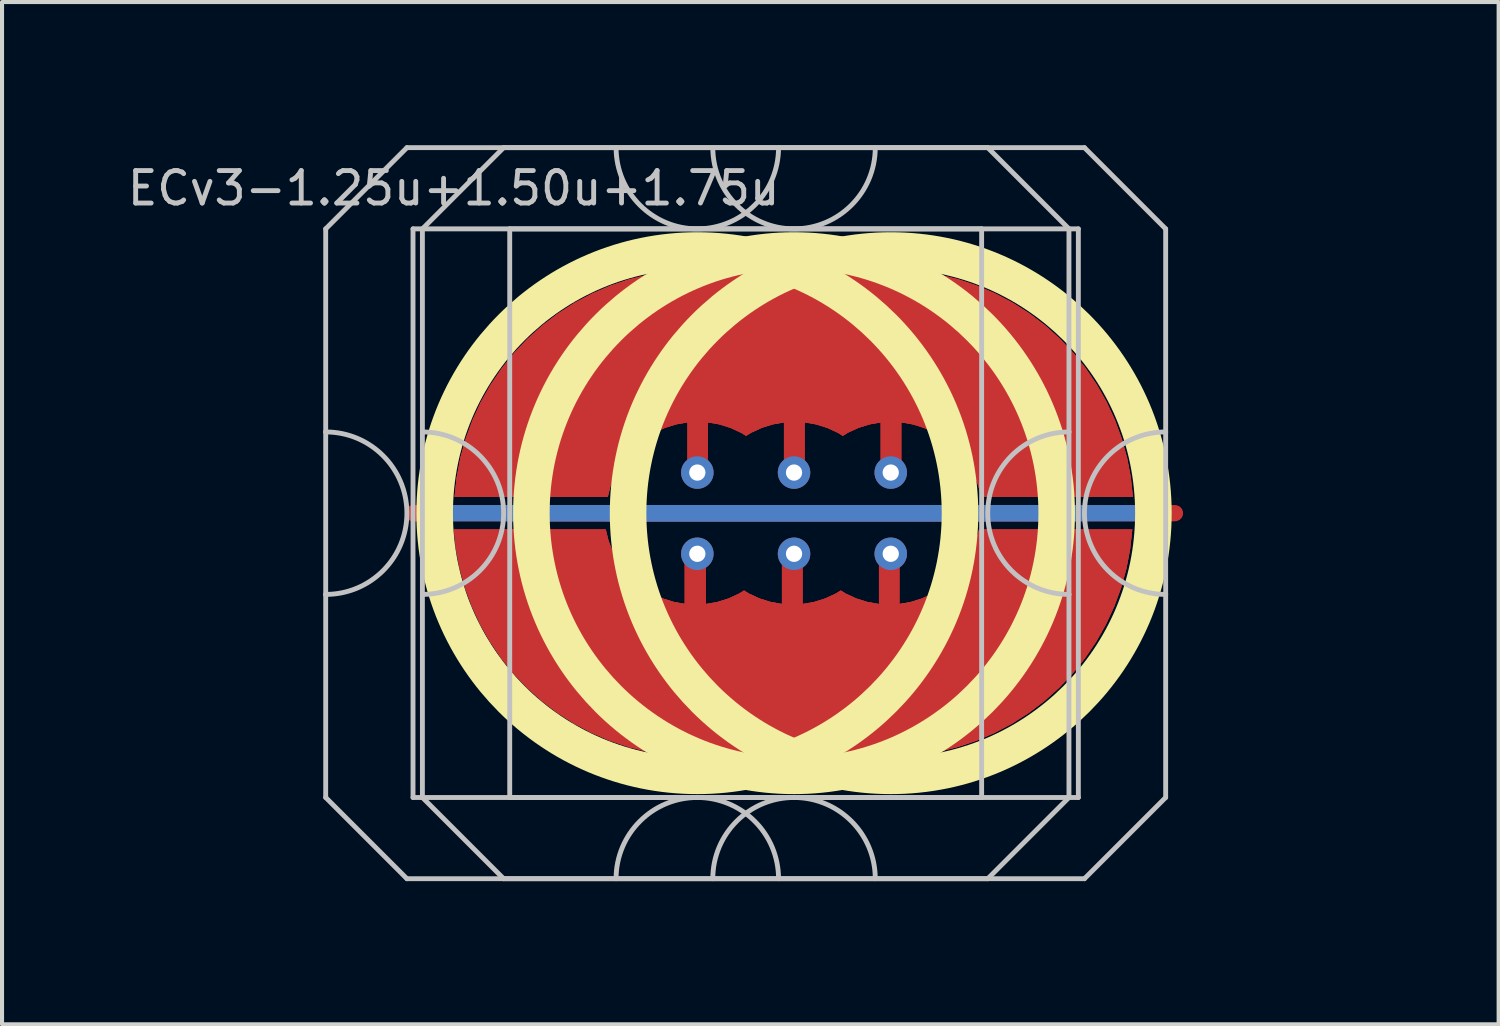
<source format=kicad_pcb>
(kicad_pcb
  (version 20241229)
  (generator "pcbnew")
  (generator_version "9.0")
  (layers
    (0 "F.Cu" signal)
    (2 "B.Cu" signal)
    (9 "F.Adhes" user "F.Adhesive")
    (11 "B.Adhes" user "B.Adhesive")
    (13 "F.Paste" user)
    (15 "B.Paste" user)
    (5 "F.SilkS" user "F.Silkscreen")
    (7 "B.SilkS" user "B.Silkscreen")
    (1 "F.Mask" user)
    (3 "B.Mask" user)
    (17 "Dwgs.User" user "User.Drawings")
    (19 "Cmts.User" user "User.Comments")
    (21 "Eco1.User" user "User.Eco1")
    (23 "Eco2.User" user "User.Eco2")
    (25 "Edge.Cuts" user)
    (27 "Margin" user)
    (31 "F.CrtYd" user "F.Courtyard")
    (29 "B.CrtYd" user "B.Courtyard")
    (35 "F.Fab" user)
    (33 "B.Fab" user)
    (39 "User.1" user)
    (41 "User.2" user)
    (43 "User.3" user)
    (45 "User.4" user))
  (footprint "ECv3-1.25u+1.50u+1.75u"
    (layer "F.Cu")
    (at 16.5 9.585)
    (property "Reference" "ECv3-1.25u+1.50u+1.75u" (at -8.381 -8 180) (layer "Dwgs.User") (effects (font (size 0.8 0.8) (thickness 0.12))))
    (attr through_hole exclude_from_pos_files)
    (fp_circle (center -2.381 0) (end 4.086 0) (stroke (width 0.9) (type solid)) (fill no) (layer "F.SilkS"))
    (fp_circle (center 0 0) (end 6.467 0) (stroke (width 0.9) (type solid)) (fill no) (layer "F.SilkS"))
    (fp_circle (center 2.381 0) (end 8.848 0) (stroke (width 0.9) (type solid)) (fill no) (layer "F.SilkS"))
    (fp_line (start -11.531 -7) (end -11.531 -2) (stroke (width 0.12) (type solid)) (layer "Dwgs.User"))
    (fp_line (start -11.531 -2) (end -11.531 2) (stroke (width 0.12) (type solid)) (layer "Dwgs.User"))
    (fp_line (start -11.531 2) (end -11.531 7) (stroke (width 0.12) (type solid)) (layer "Dwgs.User"))
    (fp_line (start -11.531 7) (end -9.531 9) (stroke (width 0.12) (type solid)) (layer "Dwgs.User"))
    (fp_line (start -9.531 -9) (end -11.531 -7) (stroke (width 0.12) (type solid)) (layer "Dwgs.User"))
    (fp_line (start -9.531 9) (end 4.769 9) (stroke (width 0.12) (type solid)) (layer "Dwgs.User"))
    (fp_line (start -9.381 -7) (end -9.381 7) (stroke (width 0.12) (type solid)) (layer "Dwgs.User"))
    (fp_line (start -9.381 7) (end 4.619 7) (stroke (width 0.12) (type solid)) (layer "Dwgs.User"))
    (fp_line (start -9.15 -7) (end -9.15 -2) (stroke (width 0.12) (type solid)) (layer "Dwgs.User"))
    (fp_line (start -9.15 -2) (end -9.15 2) (stroke (width 0.12) (type solid)) (layer "Dwgs.User"))
    (fp_line (start -9.15 2) (end -9.15 7) (stroke (width 0.12) (type solid)) (layer "Dwgs.User"))
    (fp_line (start -9.15 7) (end -7.15 9) (stroke (width 0.12) (type solid)) (layer "Dwgs.User"))
    (fp_line (start -7.15 -9) (end -9.15 -7) (stroke (width 0.12) (type solid)) (layer "Dwgs.User"))
    (fp_line (start -7.15 9) (end 7.15 9) (stroke (width 0.12) (type solid)) (layer "Dwgs.User"))
    (fp_line (start -7 -7) (end -7 7) (stroke (width 0.12) (type solid)) (layer "Dwgs.User"))
    (fp_line (start -7 7) (end 7 7) (stroke (width 0.12) (type solid)) (layer "Dwgs.User"))
    (fp_line (start 4.619 -7) (end -9.381 -7) (stroke (width 0.12) (type solid)) (layer "Dwgs.User"))
    (fp_line (start 4.619 7) (end 4.619 -7) (stroke (width 0.12) (type solid)) (layer "Dwgs.User"))
    (fp_line (start 4.769 -9) (end -9.531 -9) (stroke (width 0.12) (type solid)) (layer "Dwgs.User"))
    (fp_line (start 4.769 -9) (end 6.769 -7) (stroke (width 0.12) (type solid)) (layer "Dwgs.User"))
    (fp_line (start 4.769 9) (end 6.769 7) (stroke (width 0.12) (type solid)) (layer "Dwgs.User"))
    (fp_line (start 6.769 -2) (end 6.769 -7) (stroke (width 0.12) (type solid)) (layer "Dwgs.User"))
    (fp_line (start 6.769 -2) (end 6.769 2) (stroke (width 0.12) (type solid)) (layer "Dwgs.User"))
    (fp_line (start 6.769 7) (end 6.769 2) (stroke (width 0.12) (type solid)) (layer "Dwgs.User"))
    (fp_line (start 7 -7) (end -7 -7) (stroke (width 0.12) (type solid)) (layer "Dwgs.User"))
    (fp_line (start 7 7) (end 7 -7) (stroke (width 0.12) (type solid)) (layer "Dwgs.User"))
    (fp_line (start 7.15 -9) (end -7.15 -9) (stroke (width 0.12) (type solid)) (layer "Dwgs.User"))
    (fp_line (start 7.15 -9) (end 9.15 -7) (stroke (width 0.12) (type solid)) (layer "Dwgs.User"))
    (fp_line (start 7.15 9) (end 9.15 7) (stroke (width 0.12) (type solid)) (layer "Dwgs.User"))
    (fp_line (start 9.15 -2) (end 9.15 -7) (stroke (width 0.12) (type solid)) (layer "Dwgs.User"))
    (fp_line (start 9.15 -2) (end 9.15 2) (stroke (width 0.12) (type solid)) (layer "Dwgs.User"))
    (fp_line (start 9.15 7) (end 9.15 2) (stroke (width 0.12) (type solid)) (layer "Dwgs.User"))
    (fp_arc (start -11.53125 -2) (mid -9.53125 0) (end -11.53125 2) (stroke (width 0.12) (type solid)) (layer "Dwgs.User"))
    (fp_arc (start -9.15 -2) (mid -7.15 0) (end -9.15 2) (stroke (width 0.12) (type solid)) (layer "Dwgs.User"))
    (fp_arc (start -4.38125 9) (mid -2.38125 7) (end -0.38125 9) (stroke (width 0.12) (type solid)) (layer "Dwgs.User"))
    (fp_arc (start -2 9) (mid 0 7) (end 2 9) (stroke (width 0.12) (type solid)) (layer "Dwgs.User"))
    (fp_arc (start -0.38125 -9) (mid -2.38125 -7) (end -4.38125 -9) (stroke (width 0.12) (type solid)) (layer "Dwgs.User"))
    (fp_arc (start 2 -9) (mid 0 -7) (end -2 -9) (stroke (width 0.12) (type solid)) (layer "Dwgs.User"))
    (fp_arc (start 6.76875 2) (mid 4.76875 0) (end 6.76875 -2) (stroke (width 0.12) (type solid)) (layer "Dwgs.User"))
    (fp_arc (start 9.15 2) (mid 7.15 0) (end 9.15 -2) (stroke (width 0.12) (type solid)) (layer "Dwgs.User"))
    (fp_line (start -14.287 -9.525) (end -14.287 9.525) (stroke (width 0.12) (type solid)) (layer "User.2"))
    (fp_line (start -14.287 -9.525) (end -14.287 9.525) (stroke (width 0.12) (type solid)) (layer "User.2"))
    (fp_line (start -14.287 -9.525) (end 9.525 -9.525) (stroke (width 0.12) (type solid)) (layer "User.2"))
    (fp_line (start -14.287 -9.525) (end 14.287 -9.525) (stroke (width 0.12) (type solid)) (layer "User.2"))
    (fp_line (start -14.287 9.525) (end 9.525 9.525) (stroke (width 0.12) (type solid)) (layer "User.2"))
    (fp_line (start -14.287 9.525) (end 14.287 9.525) (stroke (width 0.12) (type solid)) (layer "User.2"))
    (fp_line (start 9.525 -9.525) (end 9.525 9.525) (stroke (width 0.12) (type solid)) (layer "User.2"))
    (fp_line (start 14.287 -9.525) (end 14.287 9.525) (stroke (width 0.12) (type solid)) (layer "User.2"))
    (pad "1" thru_hole circle (at -2.381 -1 270) (size 0.8 0.8) (drill 0.4) (layers "*.Cu"))
    (pad "1" smd custom (at -2.375 -1.75) (size 0.5 0.5) (layers "F.Cu") (options (anchor circle)) (primitives (gr_poly (pts (xy 0.231 0.846) (xy 0.177 0.927) (xy 0.096 0.981) (xy 0 1) (xy -0.096 0.981) (xy -0.177 0.927) (xy -0.231 0.846) (xy -0.25 0.75) (xy -0.25 -0.75) (xy -0.231 -0.846) (xy -0.177 -0.927) (xy -0.096 -0.981) (xy 0 -1) (xy 0.096 -0.981) (xy 0.177 -0.927) (xy 0.231 -0.846) (xy 0.25 -0.75) (xy 0.25 0.75)) (width 0) (fill yes)) (gr_poly (pts (xy 0.733 -4.205) (xy 1.193 -4.13) (xy 1.194 -4.13) (xy 1.655 -4.205) (xy 2.141 -4.245) (xy 2.628 -4.245) (xy 3.115 -4.205) (xy 3.559 -4.132) (xy 4.001 -4.205) (xy 4.488 -4.245) (xy 4.975 -4.245) (xy 5.461 -4.205) (xy 5.942 -4.127) (xy 6.416 -4.009) (xy 6.878 -3.853) (xy 7.326 -3.66) (xy 7.757 -3.432) (xy 8.168 -3.169) (xy 8.556 -2.874) (xy 8.918 -2.547) (xy 9.254 -2.193) (xy 9.559 -1.813) (xy 9.833 -1.409) (xy 10.072 -0.985) (xy 10.276 -0.542) (xy 10.444 -0.084) (xy 10.575 0.386) (xy 10.666 0.865) (xy 10.718 1.35) (xy 6.98 1.35) (xy 6.911 1.07) (xy 6.806 0.802) (xy 6.668 0.549) (xy 6.499 0.316) (xy 6.303 0.106) (xy 6.08 -0.076) (xy 5.836 -0.229) (xy 5.574 -0.35) (xy 5.3 -0.436) (xy 5.016 -0.486) (xy 5.016 0.75) (xy 4.997 0.846) (xy 4.942 0.927) (xy 4.861 0.981) (xy 4.766 1) (xy 4.67 0.981) (xy 4.589 0.927) (xy 4.535 0.846) (xy 4.516 0.75) (xy 4.516 -0.486) (xy 4.232 -0.436) (xy 3.957 -0.35) (xy 3.696 -0.229) (xy 3.576 -0.154) (xy 3.455 -0.229) (xy 3.193 -0.35) (xy 2.918 -0.436) (xy 2.635 -0.486) (xy 2.635 0.75) (xy 2.615 0.846) (xy 2.561 0.927) (xy 2.48 0.981) (xy 2.384 1) (xy 2.289 0.981) (xy 2.208 0.927) (xy 2.153 0.846) (xy 2.134 0.75) (xy 2.134 -0.486) (xy 1.851 -0.436) (xy 1.576 -0.35) (xy 1.315 -0.229) (xy 1.194 -0.154) (xy 1.073 -0.229) (xy 0.812 -0.35) (xy 0.537 -0.436) (xy 0.253 -0.486) (xy 0.253 0.75) (xy 0.234 0.846) (xy 0.18 0.927) (xy 0.099 0.981) (xy 0.003 1) (xy -0.092 0.981) (xy -0.174 0.927) (xy -0.228 0.846) (xy -0.247 0.75) (xy -0.247 -0.486) (xy -0.53 -0.436) (xy -0.805 -0.35) (xy -1.067 -0.229) (xy -1.31 -0.076) (xy -1.533 0.106) (xy -1.731 0.316) (xy -1.9 0.549) (xy -2.038 0.802) (xy -2.141 1.07) (xy -2.211 1.35) (xy -5.984 1.35) (xy -5.931 0.865) (xy -5.84 0.386) (xy -5.71 -0.084) (xy -5.542 -0.542) (xy -5.337 -0.985) (xy -5.098 -1.409) (xy -4.824 -1.813) (xy -4.519 -2.193) (xy -4.184 -2.547) (xy -3.821 -2.873) (xy -3.433 -3.169) (xy -3.022 -3.432) (xy -2.591 -3.66) (xy -2.143 -3.853) (xy -1.681 -4.009) (xy -1.208 -4.127) (xy -0.726 -4.205) (xy -0.241 -4.245) (xy 0.247 -4.245)) (width 0) (fill yes))))
    (pad "1" smd custom (at 0 -1.75) (size 0.5 0.5) (layers "F.Cu") (options (anchor circle)) (primitives (gr_poly (pts (xy 0.231 0.846) (xy 0.177 0.927) (xy 0.096 0.981) (xy 0 1) (xy -0.096 0.981) (xy -0.177 0.927) (xy -0.231 0.846) (xy -0.25 0.75) (xy -0.25 -0.75) (xy -0.231 -0.846) (xy -0.177 -0.927) (xy -0.096 -0.981) (xy 0 -1) (xy 0.096 -0.981) (xy 0.177 -0.927) (xy 0.231 -0.846) (xy 0.25 -0.75) (xy 0.25 0.75)) (width 0) (fill yes)) (gr_poly (pts (xy -1.642 -4.205) (xy -1.182 -4.13) (xy -1.181 -4.13) (xy -0.72 -4.205) (xy -0.234 -4.245) (xy 0.253 -4.245) (xy 0.74 -4.205) (xy 1.184 -4.132) (xy 1.626 -4.205) (xy 2.113 -4.245) (xy 2.6 -4.245) (xy 3.086 -4.205) (xy 3.567 -4.127) (xy 4.041 -4.009) (xy 4.503 -3.853) (xy 4.951 -3.66) (xy 5.382 -3.432) (xy 5.793 -3.169) (xy 6.181 -2.874) (xy 6.543 -2.547) (xy 6.879 -2.193) (xy 7.184 -1.813) (xy 7.458 -1.409) (xy 7.697 -0.985) (xy 7.901 -0.542) (xy 8.069 -0.084) (xy 8.2 0.386) (xy 8.291 0.865) (xy 8.343 1.35) (xy 4.605 1.35) (xy 4.536 1.07) (xy 4.431 0.802) (xy 4.293 0.549) (xy 4.124 0.316) (xy 3.928 0.106) (xy 3.705 -0.076) (xy 3.461 -0.229) (xy 3.199 -0.35) (xy 2.925 -0.436) (xy 2.641 -0.486) (xy 2.641 0.75) (xy 2.622 0.846) (xy 2.567 0.927) (xy 2.486 0.981) (xy 2.391 1) (xy 2.295 0.981) (xy 2.214 0.927) (xy 2.16 0.846) (xy 2.141 0.75) (xy 2.141 -0.486) (xy 1.857 -0.436) (xy 1.582 -0.35) (xy 1.321 -0.229) (xy 1.201 -0.154) (xy 1.08 -0.229) (xy 0.818 -0.35) (xy 0.543 -0.436) (xy 0.26 -0.486) (xy 0.26 0.75) (xy 0.24 0.846) (xy 0.186 0.927) (xy 0.105 0.981) (xy 0.009 1) (xy -0.086 0.981) (xy -0.167 0.927) (xy -0.222 0.846) (xy -0.241 0.75) (xy -0.241 -0.486) (xy -0.524 -0.436) (xy -0.799 -0.35) (xy -1.06 -0.229) (xy -1.181 -0.154) (xy -1.302 -0.229) (xy -1.563 -0.35) (xy -1.838 -0.436) (xy -2.122 -0.486) (xy -2.122 0.75) (xy -2.141 0.846) (xy -2.195 0.927) (xy -2.276 0.981) (xy -2.372 1) (xy -2.467 0.981) (xy -2.549 0.927) (xy -2.603 0.846) (xy -2.622 0.75) (xy -2.622 -0.486) (xy -2.905 -0.436) (xy -3.18 -0.35) (xy -3.442 -0.229) (xy -3.685 -0.076) (xy -3.908 0.106) (xy -4.106 0.316) (xy -4.275 0.549) (xy -4.413 0.802) (xy -4.516 1.07) (xy -4.586 1.35) (xy -8.359 1.35) (xy -8.306 0.865) (xy -8.215 0.386) (xy -8.085 -0.084) (xy -7.917 -0.542) (xy -7.712 -0.985) (xy -7.473 -1.409) (xy -7.199 -1.813) (xy -6.894 -2.193) (xy -6.559 -2.547) (xy -6.196 -2.873) (xy -5.808 -3.169) (xy -5.397 -3.432) (xy -4.966 -3.66) (xy -4.518 -3.853) (xy -4.056 -4.009) (xy -3.583 -4.127) (xy -3.101 -4.205) (xy -2.616 -4.245) (xy -2.128 -4.245)) (width 0) (fill yes))))
    (pad "1" thru_hole circle (at 0 -1 270) (size 0.8 0.8) (drill 0.4) (layers "*.Cu"))
    (pad "1" smd custom (at 2.375 -1.75) (size 0.5 0.5) (layers "F.Cu") (options (anchor circle)) (primitives (gr_poly (pts (xy 0.231 0.846) (xy 0.177 0.927) (xy 0.096 0.981) (xy 0 1) (xy -0.096 0.981) (xy -0.177 0.927) (xy -0.231 0.846) (xy -0.25 0.75) (xy -0.25 -0.75) (xy -0.231 -0.846) (xy -0.177 -0.927) (xy -0.096 -0.981) (xy 0 -1) (xy 0.096 -0.981) (xy 0.177 -0.927) (xy 0.231 -0.846) (xy 0.25 -0.75) (xy 0.25 0.75)) (width 0) (fill yes)) (gr_poly (pts (xy -4.017 -4.205) (xy -3.557 -4.13) (xy -3.556 -4.13) (xy -3.095 -4.205) (xy -2.609 -4.245) (xy -2.122 -4.245) (xy -1.635 -4.205) (xy -1.191 -4.132) (xy -0.749 -4.205) (xy -0.262 -4.245) (xy 0.225 -4.245) (xy 0.711 -4.205) (xy 1.192 -4.127) (xy 1.666 -4.009) (xy 2.128 -3.853) (xy 2.576 -3.66) (xy 3.007 -3.432) (xy 3.418 -3.169) (xy 3.806 -2.874) (xy 4.168 -2.547) (xy 4.504 -2.193) (xy 4.809 -1.813) (xy 5.083 -1.409) (xy 5.322 -0.985) (xy 5.526 -0.542) (xy 5.694 -0.084) (xy 5.825 0.386) (xy 5.916 0.865) (xy 5.968 1.35) (xy 2.23 1.35) (xy 2.161 1.07) (xy 2.056 0.802) (xy 1.918 0.549) (xy 1.749 0.316) (xy 1.553 0.106) (xy 1.33 -0.076) (xy 1.086 -0.229) (xy 0.824 -0.35) (xy 0.55 -0.436) (xy 0.266 -0.486) (xy 0.266 0.75) (xy 0.247 0.846) (xy 0.192 0.927) (xy 0.111 0.981) (xy 0.016 1) (xy -0.08 0.981) (xy -0.161 0.927) (xy -0.215 0.846) (xy -0.234 0.75) (xy -0.234 -0.486) (xy -0.518 -0.436) (xy -0.793 -0.35) (xy -1.054 -0.229) (xy -1.174 -0.154) (xy -1.295 -0.229) (xy -1.557 -0.35) (xy -1.832 -0.436) (xy -2.115 -0.486) (xy -2.115 0.75) (xy -2.135 0.846) (xy -2.189 0.927) (xy -2.27 0.981) (xy -2.366 1) (xy -2.461 0.981) (xy -2.542 0.927) (xy -2.597 0.846) (xy -2.616 0.75) (xy -2.616 -0.486) (xy -2.899 -0.436) (xy -3.174 -0.35) (xy -3.435 -0.229) (xy -3.556 -0.154) (xy -3.677 -0.229) (xy -3.938 -0.35) (xy -4.213 -0.436) (xy -4.497 -0.486) (xy -4.497 0.75) (xy -4.516 0.846) (xy -4.57 0.927) (xy -4.651 0.981) (xy -4.747 1) (xy -4.842 0.981) (xy -4.924 0.927) (xy -4.978 0.846) (xy -4.997 0.75) (xy -4.997 -0.486) (xy -5.28 -0.436) (xy -5.555 -0.35) (xy -5.817 -0.229) (xy -6.06 -0.076) (xy -6.283 0.106) (xy -6.481 0.316) (xy -6.65 0.549) (xy -6.788 0.802) (xy -6.891 1.07) (xy -6.961 1.35) (xy -10.734 1.35) (xy -10.681 0.865) (xy -10.59 0.386) (xy -10.46 -0.084) (xy -10.292 -0.542) (xy -10.087 -0.985) (xy -9.848 -1.409) (xy -9.574 -1.813) (xy -9.269 -2.193) (xy -8.934 -2.547) (xy -8.571 -2.873) (xy -8.183 -3.169) (xy -7.772 -3.432) (xy -7.341 -3.66) (xy -6.893 -3.853) (xy -6.431 -4.009) (xy -5.958 -4.127) (xy -5.476 -4.205) (xy -4.991 -4.245) (xy -4.503 -4.245)) (width 0) (fill yes))))
    (pad "1" thru_hole circle (at 2.381 -1 270) (size 0.8 0.8) (drill 0.4) (layers "*.Cu"))
    (pad "2" smd custom (at -2.45 1.75) (size 0.5 2) (layers "F.Cu") (options (anchor circle)) (primitives (gr_poly (pts (xy 0.231 0.846) (xy 0.177 0.927) (xy 0.096 0.981) (xy 0 1) (xy -0.096 0.981) (xy -0.177 0.927) (xy -0.231 0.846) (xy -0.25 0.75) (xy -0.25 -0.75) (xy -0.231 -0.846) (xy -0.177 -0.927) (xy -0.096 -0.981) (xy 0 -1) (xy 0.096 -0.981) (xy 0.177 -0.927) (xy 0.231 -0.846) (xy 0.25 -0.75) (xy 0.25 0.75)) (width 0) (fill yes)) (gr_poly (pts (xy 4.061 4.205) (xy 3.601 4.13) (xy 3.6 4.13) (xy 3.139 4.205) (xy 2.654 4.245) (xy 2.166 4.245) (xy 1.68 4.205) (xy 1.236 4.132) (xy 0.793 4.205) (xy 0.306 4.245) (xy -0.181 4.245) (xy -0.667 4.205) (xy -1.148 4.127) (xy -1.622 4.009) (xy -2.084 3.853) (xy -2.532 3.66) (xy -2.963 3.432) (xy -3.373 3.169) (xy -3.761 2.874) (xy -4.124 2.547) (xy -4.46 2.193) (xy -4.765 1.813) (xy -5.038 1.409) (xy -5.278 0.985) (xy -5.482 0.542) (xy -5.65 0.084) (xy -5.78 -0.386) (xy -5.872 -0.865) (xy -5.924 -1.35) (xy -2.186 -1.35) (xy -2.117 -1.07) (xy -2.012 -0.802) (xy -1.874 -0.549) (xy -1.705 -0.316) (xy -1.508 -0.106) (xy -1.286 0.076) (xy -1.042 0.229) (xy -0.78 0.35) (xy -0.505 0.436) (xy -0.222 0.486) (xy -0.222 -0.75) (xy -0.203 -0.846) (xy -0.148 -0.927) (xy -0.067 -0.981) (xy 0.028 -1) (xy 0.124 -0.981) (xy 0.205 -0.927) (xy 0.259 -0.846) (xy 0.279 -0.75) (xy 0.279 0.486) (xy 0.562 0.436) (xy 0.837 0.35) (xy 1.098 0.229) (xy 1.219 0.154) (xy 1.339 0.229) (xy 1.601 0.35) (xy 1.876 0.436) (xy 2.16 0.486) (xy 2.16 -0.75) (xy 2.179 -0.846) (xy 2.233 -0.927) (xy 2.314 -0.981) (xy 2.41 -1) (xy 2.505 -0.981) (xy 2.586 -0.927) (xy 2.641 -0.846) (xy 2.66 -0.75) (xy 2.66 0.486) (xy 2.943 0.436) (xy 3.218 0.35) (xy 3.479 0.229) (xy 3.6 0.154) (xy 3.721 0.229) (xy 3.982 0.35) (xy 4.257 0.436) (xy 4.541 0.486) (xy 4.541 -0.75) (xy 4.56 -0.846) (xy 4.614 -0.927) (xy 4.695 -0.981) (xy 4.791 -1) (xy 4.887 -0.981) (xy 4.968 -0.927) (xy 5.022 -0.846) (xy 5.041 -0.75) (xy 5.041 0.486) (xy 5.324 0.436) (xy 5.599 0.35) (xy 5.861 0.229) (xy 6.105 0.076) (xy 6.327 -0.106) (xy 6.525 -0.316) (xy 6.694 -0.549) (xy 6.832 -0.802) (xy 6.936 -1.07) (xy 7.005 -1.35) (xy 10.778 -1.35) (xy 10.725 -0.865) (xy 10.634 -0.386) (xy 10.504 0.084) (xy 10.336 0.542) (xy 10.131 0.985) (xy 9.892 1.409) (xy 9.619 1.813) (xy 9.313 2.193) (xy 8.978 2.547) (xy 8.615 2.874) (xy 8.227 3.169) (xy 7.816 3.432) (xy 7.385 3.66) (xy 6.937 3.853) (xy 6.475 4.009) (xy 6.002 4.127) (xy 5.521 4.205) (xy 5.035 4.245) (xy 4.547 4.245)) (width 0) (fill yes))))
    (pad "2" thru_hole circle (at -2.381 1 270) (size 0.8 0.8) (drill 0.4) (layers "*.Cu"))
    (pad "2" smd custom (at -0.05 1.75) (size 0.5 2) (layers "F.Cu") (options (anchor circle)) (primitives (gr_poly (pts (xy 0.231 0.846) (xy 0.177 0.927) (xy 0.096 0.981) (xy 0 1) (xy -0.096 0.981) (xy -0.177 0.927) (xy -0.231 0.846) (xy -0.25 0.75) (xy -0.25 -0.75) (xy -0.231 -0.846) (xy -0.177 -0.927) (xy -0.096 -0.981) (xy 0 -1) (xy 0.096 -0.981) (xy 0.177 -0.927) (xy 0.231 -0.846) (xy 0.25 -0.75) (xy 0.25 0.75)) (width 0) (fill yes)) (gr_poly (pts (xy 1.661 4.205) (xy 1.201 4.13) (xy 1.2 4.13) (xy 0.739 4.205) (xy 0.254 4.245) (xy -0.234 4.245) (xy -0.72 4.205) (xy -1.164 4.132) (xy -1.607 4.205) (xy -2.094 4.245) (xy -2.581 4.245) (xy -3.067 4.205) (xy -3.548 4.127) (xy -4.022 4.009) (xy -4.484 3.853) (xy -4.932 3.66) (xy -5.363 3.432) (xy -5.773 3.169) (xy -6.161 2.874) (xy -6.524 2.547) (xy -6.86 2.193) (xy -7.165 1.813) (xy -7.438 1.409) (xy -7.678 0.985) (xy -7.882 0.542) (xy -8.05 0.084) (xy -8.18 -0.386) (xy -8.272 -0.865) (xy -8.324 -1.35) (xy -4.586 -1.35) (xy -4.517 -1.07) (xy -4.412 -0.802) (xy -4.274 -0.549) (xy -4.105 -0.316) (xy -3.908 -0.106) (xy -3.686 0.076) (xy -3.442 0.229) (xy -3.18 0.35) (xy -2.905 0.436) (xy -2.622 0.486) (xy -2.622 -0.75) (xy -2.603 -0.846) (xy -2.548 -0.927) (xy -2.467 -0.981) (xy -2.372 -1) (xy -2.276 -0.981) (xy -2.195 -0.927) (xy -2.141 -0.846) (xy -2.121 -0.75) (xy -2.121 0.486) (xy -1.838 0.436) (xy -1.563 0.35) (xy -1.302 0.229) (xy -1.181 0.154) (xy -1.061 0.229) (xy -0.799 0.35) (xy -0.524 0.436) (xy -0.24 0.486) (xy -0.24 -0.75) (xy -0.221 -0.846) (xy -0.167 -0.927) (xy -0.086 -0.981) (xy 0.01 -1) (xy 0.105 -0.981) (xy 0.186 -0.927) (xy 0.241 -0.846) (xy 0.26 -0.75) (xy 0.26 0.486) (xy 0.543 0.436) (xy 0.818 0.35) (xy 1.079 0.229) (xy 1.2 0.154) (xy 1.321 0.229) (xy 1.582 0.35) (xy 1.857 0.436) (xy 2.141 0.486) (xy 2.141 -0.75) (xy 2.16 -0.846) (xy 2.214 -0.927) (xy 2.295 -0.981) (xy 2.391 -1) (xy 2.487 -0.981) (xy 2.568 -0.927) (xy 2.622 -0.846) (xy 2.641 -0.75) (xy 2.641 0.486) (xy 2.924 0.436) (xy 3.199 0.35) (xy 3.461 0.229) (xy 3.705 0.076) (xy 3.927 -0.106) (xy 4.125 -0.316) (xy 4.294 -0.549) (xy 4.432 -0.802) (xy 4.536 -1.07) (xy 4.605 -1.35) (xy 8.378 -1.35) (xy 8.325 -0.865) (xy 8.234 -0.386) (xy 8.104 0.084) (xy 7.936 0.542) (xy 7.731 0.985) (xy 7.492 1.409) (xy 7.219 1.813) (xy 6.913 2.193) (xy 6.578 2.547) (xy 6.215 2.874) (xy 5.827 3.169) (xy 5.416 3.432) (xy 4.985 3.66) (xy 4.537 3.853) (xy 4.075 4.009) (xy 3.602 4.127) (xy 3.121 4.205) (xy 2.635 4.245) (xy 2.147 4.245)) (width 0) (fill yes))))
    (pad "2" thru_hole circle (at 0 1 270) (size 0.8 0.8) (drill 0.4) (layers "*.Cu"))
    (pad "2" smd custom (at 2.35 1.75) (size 0.5 2) (layers "F.Cu") (options (anchor circle)) (primitives (gr_poly (pts (xy 0.231 0.846) (xy 0.177 0.927) (xy 0.096 0.981) (xy 0 1) (xy -0.096 0.981) (xy -0.177 0.927) (xy -0.231 0.846) (xy -0.25 0.75) (xy -0.25 -0.75) (xy -0.231 -0.846) (xy -0.177 -0.927) (xy -0.096 -0.981) (xy 0 -1) (xy 0.096 -0.981) (xy 0.177 -0.927) (xy 0.231 -0.846) (xy 0.25 -0.75) (xy 0.25 0.75)) (width 0) (fill yes)) (gr_poly (pts (xy -0.739 4.205) (xy -1.199 4.13) (xy -1.2 4.13) (xy -1.661 4.205) (xy -2.146 4.245) (xy -2.634 4.245) (xy -3.12 4.205) (xy -3.564 4.132) (xy -4.007 4.205) (xy -4.494 4.245) (xy -4.981 4.245) (xy -5.467 4.205) (xy -5.948 4.127) (xy -6.422 4.009) (xy -6.884 3.853) (xy -7.332 3.66) (xy -7.763 3.432) (xy -8.173 3.169) (xy -8.561 2.874) (xy -8.924 2.547) (xy -9.26 2.193) (xy -9.565 1.813) (xy -9.838 1.409) (xy -10.078 0.985) (xy -10.282 0.542) (xy -10.45 0.084) (xy -10.58 -0.386) (xy -10.672 -0.865) (xy -10.724 -1.35) (xy -6.986 -1.35) (xy -6.917 -1.07) (xy -6.812 -0.802) (xy -6.674 -0.549) (xy -6.505 -0.316) (xy -6.308 -0.106) (xy -6.086 0.076) (xy -5.842 0.229) (xy -5.58 0.35) (xy -5.305 0.436) (xy -5.022 0.486) (xy -5.022 -0.75) (xy -5.003 -0.846) (xy -4.948 -0.927) (xy -4.867 -0.981) (xy -4.772 -1) (xy -4.676 -0.981) (xy -4.595 -0.927) (xy -4.541 -0.846) (xy -4.521 -0.75) (xy -4.521 0.486) (xy -4.238 0.436) (xy -3.963 0.35) (xy -3.702 0.229) (xy -3.581 0.154) (xy -3.461 0.229) (xy -3.199 0.35) (xy -2.924 0.436) (xy -2.64 0.486) (xy -2.64 -0.75) (xy -2.621 -0.846) (xy -2.567 -0.927) (xy -2.486 -0.981) (xy -2.39 -1) (xy -2.295 -0.981) (xy -2.214 -0.927) (xy -2.159 -0.846) (xy -2.14 -0.75) (xy -2.14 0.486) (xy -1.857 0.436) (xy -1.582 0.35) (xy -1.321 0.229) (xy -1.2 0.154) (xy -1.079 0.229) (xy -0.818 0.35) (xy -0.543 0.436) (xy -0.259 0.486) (xy -0.259 -0.75) (xy -0.24 -0.846) (xy -0.186 -0.927) (xy -0.105 -0.981) (xy -0.009 -1) (xy 0.087 -0.981) (xy 0.168 -0.927) (xy 0.222 -0.846) (xy 0.241 -0.75) (xy 0.241 0.486) (xy 0.524 0.436) (xy 0.799 0.35) (xy 1.061 0.229) (xy 1.305 0.076) (xy 1.527 -0.106) (xy 1.725 -0.316) (xy 1.894 -0.549) (xy 2.032 -0.802) (xy 2.136 -1.07) (xy 2.205 -1.35) (xy 5.978 -1.35) (xy 5.925 -0.865) (xy 5.834 -0.386) (xy 5.704 0.084) (xy 5.536 0.542) (xy 5.331 0.985) (xy 5.092 1.409) (xy 4.819 1.813) (xy 4.513 2.193) (xy 4.178 2.547) (xy 3.815 2.874) (xy 3.427 3.169) (xy 3.016 3.432) (xy 2.585 3.66) (xy 2.137 3.853) (xy 1.675 4.009) (xy 1.202 4.127) (xy 0.721 4.205) (xy 0.235 4.245) (xy -0.253 4.245)) (width 0) (fill yes))))
    (pad "2" thru_hole circle (at 2.381 1 270) (size 0.8 0.8) (drill 0.4) (layers "*.Cu"))
    (pad "3" smd custom (at -2.381 0 270) (size 0.4 0.4) (layers "F.Cu") (options (anchor rect)) (primitives (gr_line (start 0 -7) (end 0 7) (width 0.4))))
    (pad "3" smd custom (at -2.381 0 270) (size 0.4 0.4) (layers "B.Cu") (options (anchor rect)) (primitives (gr_line (start 0 -6.5) (end 0 6.5) (width 0.4))))
    (pad "3" smd custom (at 0 0 270) (size 0.4 0.4) (layers "F.Cu") (options (anchor rect)) (primitives (gr_line (start 0 -7) (end 0 7) (width 0.4))))
    (pad "3" smd custom (at 0 0 270) (size 0.4 0.4) (layers "B.Cu") (options (anchor rect)) (primitives (gr_line (start 0 -6.5) (end 0 6.5) (width 0.4))))
    (pad "3" smd custom (at 2.381 0 270) (size 0.4 0.4) (layers "F.Cu") (options (anchor rect)) (primitives (gr_line (start 0 -7) (end 0 7) (width 0.4))))
    (pad "3" smd custom (at 2.381 0 270) (size 0.4 0.4) (layers "B.Cu") (options (anchor rect)) (primitives (gr_line (start 0 -6.5) (end 0 6.5) (width 0.4))))
    (zone (net_name "") (layer "F.Cu") (hatch edge 0.508) (connect_pads) (min_thickness 0.254) (filled_areas_thickness no) (keepout (tracks allowed) (vias allowed) (pads allowed) (copperpour not_allowed) (footprints allowed)) (placement (enabled no)) (fill) (polygon (pts (xy 21.124 9.585) (xy 21.105 9.072) (xy 21.049 8.562) (xy 20.955 8.057) (xy 20.825 7.56) (xy 20.659 7.075) (xy 20.457 6.602) (xy 20.222 6.146) (xy 19.954 5.709) (xy 19.654 5.292) (xy 19.325 4.898) (xy 18.967 4.529) (xy 18.584 4.188) (xy 18.177 3.875) (xy 17.748 3.593) (xy 17.299 3.344) (xy 16.834 3.127) (xy 16.353 2.946) (xy 15.861 2.8) (xy 15.36 2.691) (xy 14.851 2.618) (xy 14.339 2.584) (xy 13.826 2.586) (xy 13.314 2.627) (xy 12.806 2.704) (xy 12.306 2.819) (xy 11.815 2.97) (xy 11.337 3.156) (xy 10.874 3.377) (xy 10.428 3.632) (xy 10.002 3.918) (xy 9.598 4.235) (xy 9.218 4.58) (xy 8.865 4.953) (xy 8.539 5.35) (xy 8.244 5.77) (xy 7.981 6.21) (xy 7.75 6.669) (xy 7.553 7.143) (xy 7.392 7.631) (xy 7.267 8.129) (xy 7.179 8.634) (xy 7.128 9.145) (xy 7.115 9.658) (xy 7.139 10.171) (xy 7.2 10.681) (xy 7.299 11.185) (xy 7.435 11.68) (xy 7.606 12.164) (xy 7.812 12.634) (xy 8.053 13.087) (xy 8.325 13.522) (xy 8.629 13.936) (xy 8.963 14.326) (xy 9.324 14.691) (xy 9.711 15.029) (xy 10.121 15.337) (xy 10.553 15.614) (xy 11.004 15.859) (xy 11.472 16.071) (xy 11.954 16.247) (xy 12.448 16.388) (xy 12.951 16.492) (xy 13.46 16.559) (xy 13.972 16.588) (xy 14.486 16.58) (xy 14.997 16.535) (xy 15.504 16.452) (xy 16.003 16.332) (xy 16.492 16.176) (xy 16.968 15.984) (xy 17.429 15.758) (xy 17.872 15.499) (xy 18.296 15.209) (xy 18.696 14.888) (xy 19.072 14.538) (xy 19.422 14.162) (xy 19.743 13.761) (xy 20.033 13.338) (xy 20.292 12.895) (xy 20.518 12.434) (xy 20.71 11.958) (xy 20.866 11.469) (xy 20.986 10.97) (xy 21.069 10.463) (xy 21.114 9.952))))
    (zone (net_name "") (layer "F.Cu") (hatch edge 0.508) (connect_pads) (min_thickness 0.254) (filled_areas_thickness no) (keepout (tracks allowed) (vias allowed) (pads allowed) (copperpour not_allowed) (footprints allowed)) (placement (enabled no)) (fill) (polygon (pts (xy 23.505 9.585) (xy 23.486 9.072) (xy 23.43 8.562) (xy 23.337 8.057) (xy 23.206 7.56) (xy 23.04 7.075) (xy 22.839 6.602) (xy 22.603 6.146) (xy 22.335 5.709) (xy 22.035 5.292) (xy 21.706 4.898) (xy 21.349 4.529) (xy 20.965 4.188) (xy 20.558 3.875) (xy 20.129 3.593) (xy 19.68 3.344) (xy 19.215 3.127) (xy 18.735 2.946) (xy 18.242 2.8) (xy 17.741 2.691) (xy 17.233 2.618) (xy 16.72 2.584) (xy 16.207 2.586) (xy 15.695 2.627) (xy 15.188 2.704) (xy 14.687 2.819) (xy 14.197 2.97) (xy 13.718 3.156) (xy 13.255 3.377) (xy 12.809 3.632) (xy 12.383 3.918) (xy 11.979 4.235) (xy 11.599 4.58) (xy 11.246 4.953) (xy 10.921 5.35) (xy 10.625 5.77) (xy 10.362 6.21) (xy 10.131 6.669) (xy 9.935 7.143) (xy 9.774 7.631) (xy 9.648 8.129) (xy 9.56 8.634) (xy 9.509 9.145) (xy 9.496 9.658) (xy 9.52 10.171) (xy 9.582 10.681) (xy 9.68 11.185) (xy 9.816 11.68) (xy 9.987 12.164) (xy 10.194 12.634) (xy 10.434 13.087) (xy 10.707 13.522) (xy 11.011 13.936) (xy 11.344 14.326) (xy 11.705 14.691) (xy 12.092 15.029) (xy 12.503 15.337) (xy 12.935 15.614) (xy 13.386 15.859) (xy 13.854 16.071) (xy 14.336 16.247) (xy 14.829 16.388) (xy 15.332 16.492) (xy 15.841 16.559) (xy 16.354 16.588) (xy 16.867 16.58) (xy 17.378 16.535) (xy 17.885 16.452) (xy 18.384 16.332) (xy 18.873 16.176) (xy 19.349 15.984) (xy 19.81 15.758) (xy 20.254 15.499) (xy 20.677 15.209) (xy 21.077 14.888) (xy 21.454 14.538) (xy 21.803 14.162) (xy 22.124 13.761) (xy 22.415 13.338) (xy 22.674 12.895) (xy 22.9 12.434) (xy 23.091 11.958) (xy 23.247 11.469) (xy 23.367 10.97) (xy 23.45 10.463) (xy 23.496 9.952))))
    (zone (net_name "") (layer "F.Cu") (hatch edge 0.508) (connect_pads) (min_thickness 0.254) (filled_areas_thickness no) (keepout (tracks allowed) (vias allowed) (pads allowed) (copperpour not_allowed) (footprints allowed)) (placement (enabled no)) (fill) (polygon (pts (xy 25.886 9.585) (xy 25.868 9.072) (xy 25.811 8.562) (xy 25.718 8.057) (xy 25.587 7.56) (xy 25.421 7.075) (xy 25.22 6.602) (xy 24.984 6.146) (xy 24.716 5.709) (xy 24.417 5.292) (xy 24.087 4.898) (xy 23.73 4.529) (xy 23.347 4.188) (xy 22.939 3.875) (xy 22.51 3.593) (xy 22.062 3.344) (xy 21.596 3.127) (xy 21.116 2.946) (xy 20.624 2.8) (xy 20.122 2.691) (xy 19.614 2.618) (xy 19.102 2.584) (xy 18.588 2.586) (xy 18.076 2.627) (xy 17.569 2.704) (xy 17.069 2.819) (xy 16.578 2.97) (xy 16.1 3.156) (xy 15.636 3.377) (xy 15.19 3.632) (xy 14.764 3.918) (xy 14.36 4.235) (xy 13.98 4.58) (xy 13.627 4.953) (xy 13.302 5.35) (xy 13.007 5.77) (xy 12.743 6.21) (xy 12.512 6.669) (xy 12.316 7.143) (xy 12.155 7.631) (xy 12.03 8.129) (xy 11.941 8.634) (xy 11.89 9.145) (xy 11.877 9.658) (xy 11.901 10.171) (xy 11.963 10.681) (xy 12.062 11.185) (xy 12.197 11.68) (xy 12.369 12.164) (xy 12.575 12.634) (xy 12.815 13.087) (xy 13.088 13.522) (xy 13.392 13.936) (xy 13.725 14.326) (xy 14.086 14.691) (xy 14.473 15.029) (xy 14.884 15.337) (xy 15.316 15.614) (xy 15.767 15.859) (xy 16.235 16.071) (xy 16.717 16.247) (xy 17.211 16.388) (xy 17.713 16.492) (xy 18.222 16.559) (xy 18.735 16.588) (xy 19.248 16.58) (xy 19.759 16.535) (xy 20.266 16.452) (xy 20.765 16.332) (xy 21.254 16.176) (xy 21.731 15.984) (xy 22.192 15.758) (xy 22.635 15.499) (xy 23.058 15.209) (xy 23.459 14.888) (xy 23.835 14.538) (xy 24.184 14.162) (xy 24.505 13.761) (xy 24.796 13.338) (xy 25.055 12.895) (xy 25.281 12.434) (xy 25.472 11.958) (xy 25.628 11.469) (xy 25.748 10.97) (xy 25.831 10.463) (xy 25.877 9.952))))
    (zone (net_name "") (layer "B.Cu") (hatch edge 0.508) (connect_pads) (min_thickness 0.254) (filled_areas_thickness no) (keepout (tracks allowed) (vias allowed) (pads allowed) (copperpour not_allowed) (footprints allowed)) (placement (enabled no)) (fill) (polygon (pts (xy 20.677 9.585) (xy 20.657 9.07) (xy 20.597 8.559) (xy 20.496 8.054) (xy 20.356 7.558) (xy 20.178 7.075) (xy 19.962 6.608) (xy 19.711 6.158) (xy 19.425 5.73) (xy 19.106 5.326) (xy 18.756 4.948) (xy 18.378 4.598) (xy 17.974 4.279) (xy 17.546 3.993) (xy 17.096 3.742) (xy 16.629 3.526) (xy 16.146 3.348) (xy 15.65 3.208) (xy 15.145 3.107) (xy 14.634 3.047) (xy 14.119 3.027) (xy 13.604 3.047) (xy 13.093 3.107) (xy 12.588 3.208) (xy 12.092 3.348) (xy 11.609 3.526) (xy 11.142 3.742) (xy 10.692 3.993) (xy 10.264 4.279) (xy 9.86 4.598) (xy 9.482 4.948) (xy 9.132 5.326) (xy 8.813 5.73) (xy 8.527 6.158) (xy 8.276 6.608) (xy 8.06 7.075) (xy 7.882 7.558) (xy 7.742 8.054) (xy 7.642 8.559) (xy 7.581 9.07) (xy 7.561 9.585) (xy 7.581 10.1) (xy 7.642 10.611) (xy 7.742 11.116) (xy 7.882 11.612) (xy 8.06 12.095) (xy 8.276 12.562) (xy 8.527 13.012) (xy 8.813 13.44) (xy 9.132 13.844) (xy 9.482 14.222) (xy 9.86 14.572) (xy 10.264 14.891) (xy 10.692 15.177) (xy 11.142 15.428) (xy 11.609 15.644) (xy 12.092 15.822) (xy 12.588 15.962) (xy 13.093 16.063) (xy 13.604 16.123) (xy 14.119 16.143) (xy 14.634 16.123) (xy 15.145 16.063) (xy 15.65 15.962) (xy 16.146 15.822) (xy 16.629 15.644) (xy 17.096 15.428) (xy 17.546 15.177) (xy 17.974 14.891) (xy 18.378 14.572) (xy 18.756 14.222) (xy 19.106 13.844) (xy 19.425 13.44) (xy 19.711 13.012) (xy 19.962 12.562) (xy 20.178 12.095) (xy 20.356 11.612) (xy 20.496 11.116) (xy 20.597 10.611) (xy 20.657 10.1))))
    (zone (net_name "") (layer "B.Cu") (hatch edge 0.508) (connect_pads) (min_thickness 0.254) (filled_areas_thickness no) (keepout (tracks allowed) (vias allowed) (pads allowed) (copperpour not_allowed) (footprints allowed)) (placement (enabled no)) (fill) (polygon (pts (xy 23.059 9.585) (xy 23.038 9.07) (xy 22.978 8.559) (xy 22.877 8.054) (xy 22.738 7.558) (xy 22.559 7.075) (xy 22.344 6.608) (xy 22.092 6.158) (xy 21.806 5.73) (xy 21.487 5.326) (xy 21.138 4.948) (xy 20.76 4.598) (xy 20.355 4.279) (xy 19.927 3.993) (xy 19.478 3.742) (xy 19.01 3.526) (xy 18.527 3.348) (xy 18.031 3.208) (xy 17.526 3.107) (xy 17.015 3.047) (xy 16.5 3.027) (xy 15.986 3.047) (xy 15.474 3.107) (xy 14.969 3.208) (xy 14.474 3.348) (xy 13.991 3.526) (xy 13.523 3.742) (xy 13.074 3.993) (xy 12.645 4.279) (xy 12.241 4.598) (xy 11.863 4.948) (xy 11.513 5.326) (xy 11.195 5.73) (xy 10.908 6.158) (xy 10.657 6.608) (xy 10.441 7.075) (xy 10.263 7.558) (xy 10.123 8.054) (xy 10.023 8.559) (xy 9.962 9.07) (xy 9.942 9.585) (xy 9.962 10.1) (xy 10.023 10.611) (xy 10.123 11.116) (xy 10.263 11.612) (xy 10.441 12.095) (xy 10.657 12.562) (xy 10.908 13.012) (xy 11.195 13.44) (xy 11.513 13.844) (xy 11.863 14.222) (xy 12.241 14.572) (xy 12.645 14.891) (xy 13.074 15.177) (xy 13.523 15.428) (xy 13.991 15.644) (xy 14.474 15.822) (xy 14.969 15.962) (xy 15.474 16.063) (xy 15.986 16.123) (xy 16.5 16.143) (xy 17.015 16.123) (xy 17.526 16.063) (xy 18.031 15.962) (xy 18.527 15.822) (xy 19.01 15.644) (xy 19.478 15.428) (xy 19.927 15.177) (xy 20.355 14.891) (xy 20.76 14.572) (xy 21.138 14.222) (xy 21.487 13.844) (xy 21.806 13.44) (xy 22.092 13.012) (xy 22.344 12.562) (xy 22.559 12.095) (xy 22.738 11.612) (xy 22.877 11.116) (xy 22.978 10.611) (xy 23.038 10.1))))
    (zone (net_name "") (layer "B.Cu") (hatch edge 0.508) (connect_pads) (min_thickness 0.254) (filled_areas_thickness no) (keepout (tracks allowed) (vias allowed) (pads allowed) (copperpour not_allowed) (footprints allowed)) (placement (enabled no)) (fill) (polygon (pts (xy 25.432 9.576) (xy 25.412 9.062) (xy 25.351 8.55) (xy 25.251 8.045) (xy 25.111 7.55) (xy 24.933 7.067) (xy 24.717 6.599) (xy 24.466 6.15) (xy 24.179 5.722) (xy 23.861 5.317) (xy 23.511 4.939) (xy 23.133 4.589) (xy 22.729 4.271) (xy 22.3 3.985) (xy 21.851 3.733) (xy 21.383 3.517) (xy 20.9 3.339) (xy 20.405 3.199) (xy 19.9 3.099) (xy 19.388 3.038) (xy 18.874 3.018) (xy 18.359 3.038) (xy 17.848 3.099) (xy 17.343 3.199) (xy 16.847 3.339) (xy 16.364 3.517) (xy 15.896 3.733) (xy 15.447 3.985) (xy 15.019 4.271) (xy 14.614 4.589) (xy 14.236 4.939) (xy 13.887 5.317) (xy 13.568 5.722) (xy 13.282 6.15) (xy 13.03 6.599) (xy 12.815 7.067) (xy 12.636 7.55) (xy 12.497 8.045) (xy 12.396 8.55) (xy 12.336 9.062) (xy 12.315 9.576) (xy 12.336 10.091) (xy 12.396 10.602) (xy 12.497 11.107) (xy 12.636 11.603) (xy 12.815 12.086) (xy 13.03 12.554) (xy 13.282 13.003) (xy 13.568 13.431) (xy 13.887 13.836) (xy 14.236 14.214) (xy 14.614 14.563) (xy 15.019 14.882) (xy 15.447 15.168) (xy 15.896 15.42) (xy 16.364 15.635) (xy 16.847 15.814) (xy 17.343 15.953) (xy 17.848 16.054) (xy 18.359 16.114) (xy 18.874 16.135) (xy 19.388 16.114) (xy 19.9 16.054) (xy 20.405 15.953) (xy 20.9 15.814) (xy 21.383 15.635) (xy 21.851 15.42) (xy 22.3 15.168) (xy 22.729 14.882) (xy 23.133 14.563) (xy 23.511 14.214) (xy 23.861 13.836) (xy 24.179 13.431) (xy 24.466 13.003) (xy 24.717 12.554) (xy 24.933 12.086) (xy 25.111 11.603) (xy 25.251 11.107) (xy 25.351 10.602) (xy 25.412 10.091)))))
  (gr_rect
    (start -3 -3)
    (end 33.848 22.17)
    (stroke (width 0.1) (type default))
    (fill no)
    (layer "Edge.Cuts")))
</source>
